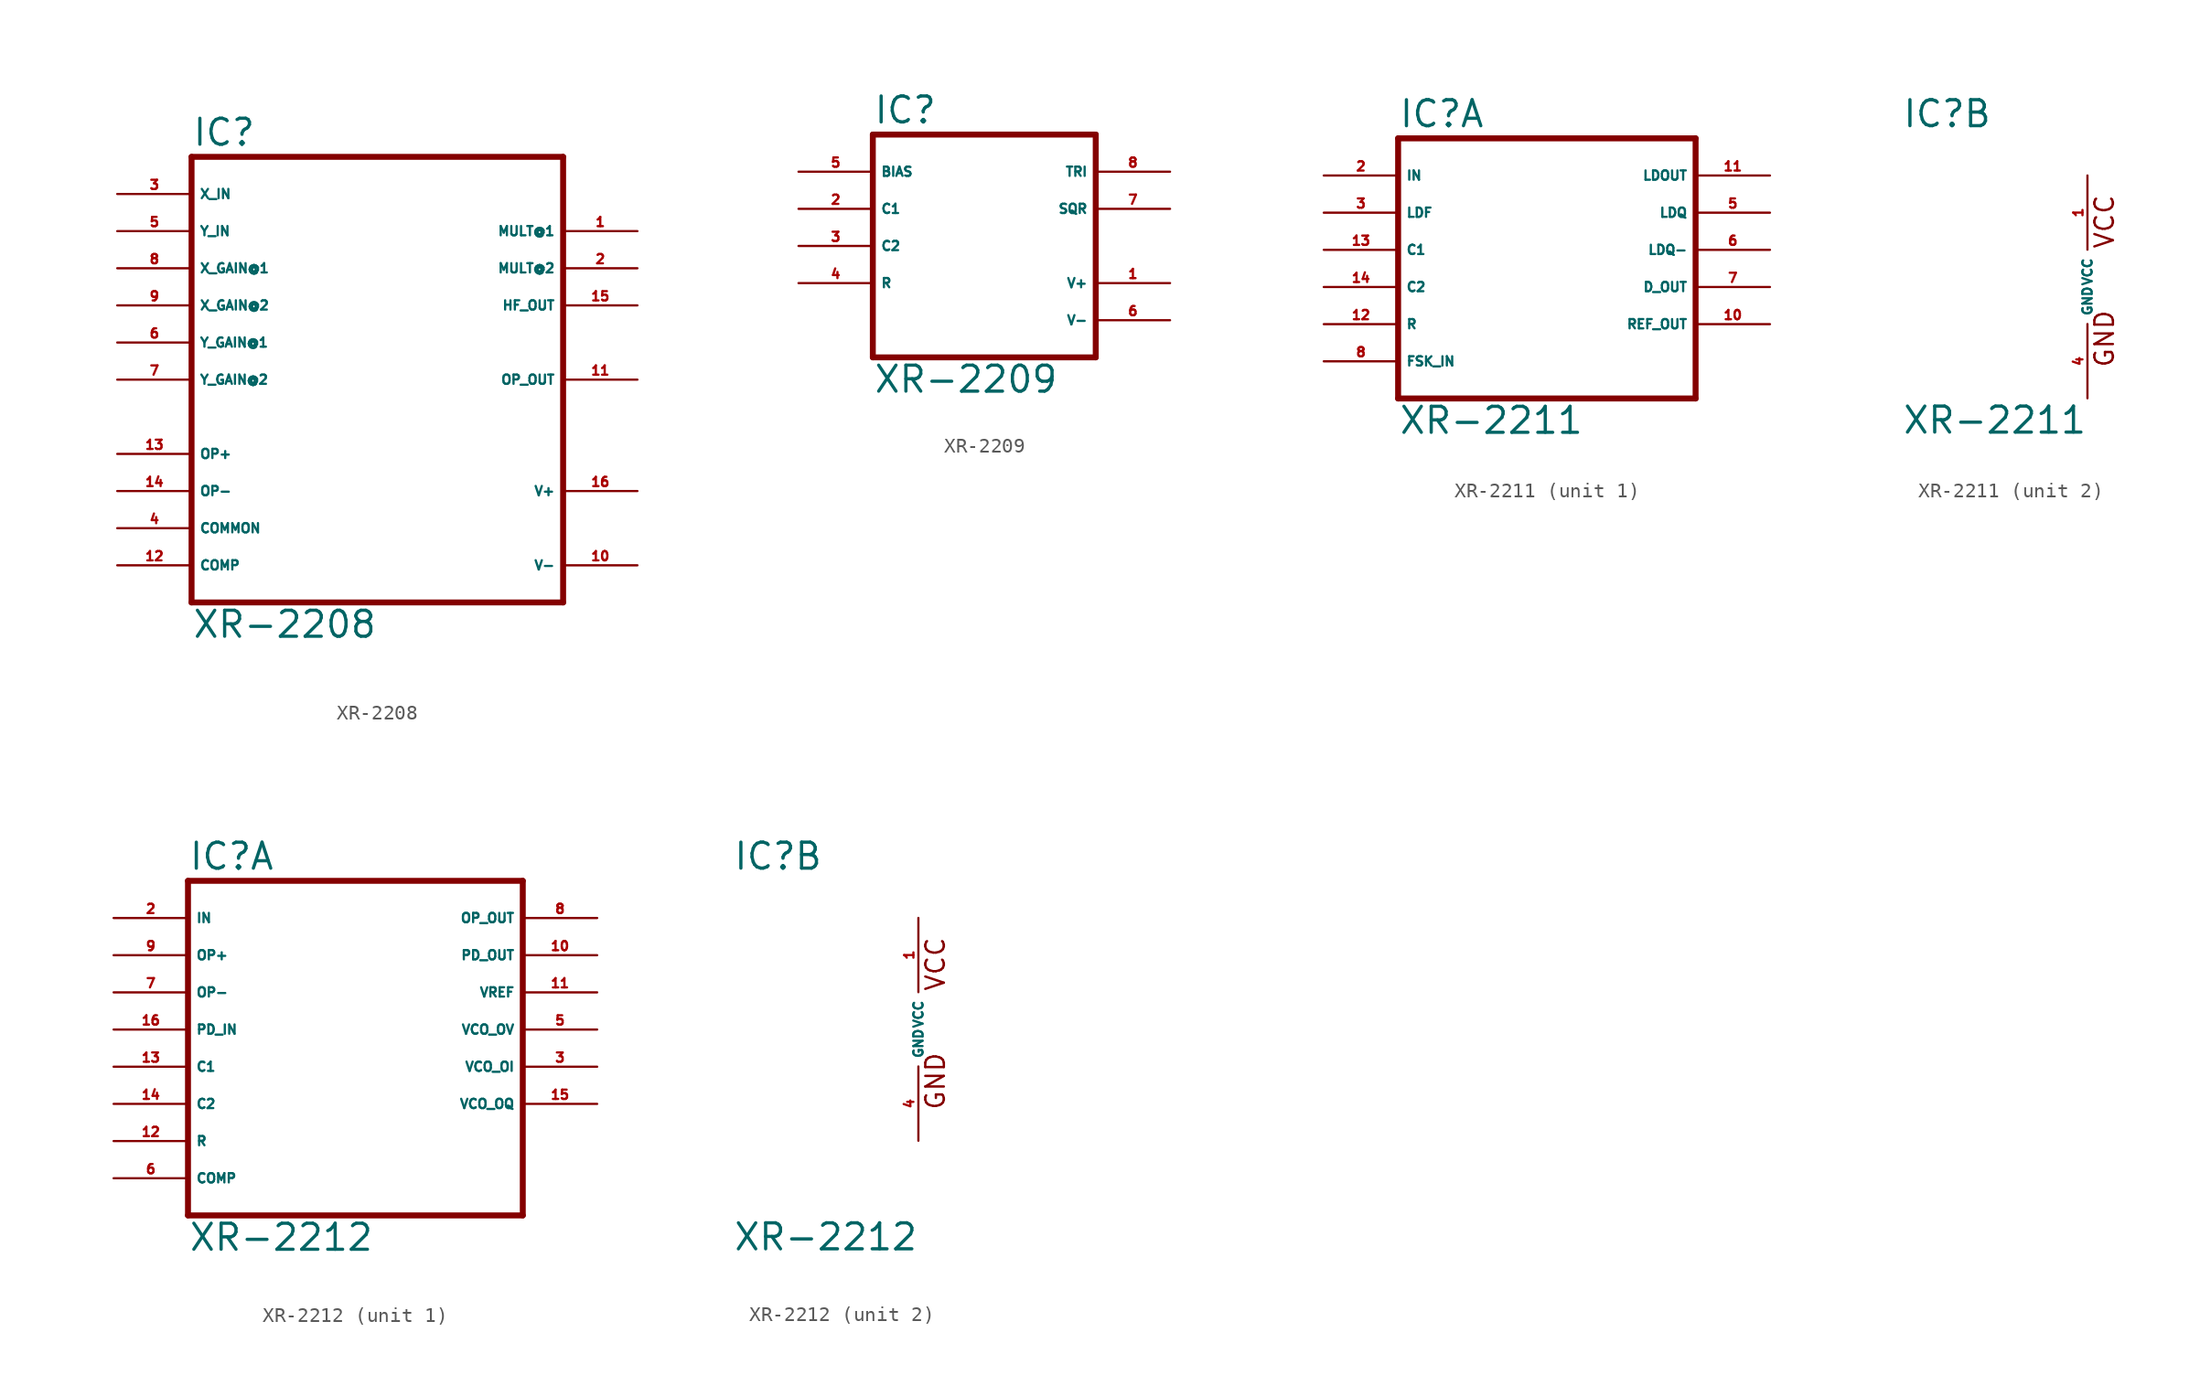
<source format=kicad_sym>
(kicad_symbol_lib
  (version 20220914)
  (generator Eagle2Kicad)
  (symbol "XR-2208"
    (property "Reference" "IC"
      (at -12.7 15.875 0)
      (effects (font (size 1.778 1.778) (thickness 0.22)) (justify left bottom)))
    (property "Value" "XR-2208"
      (at -12.7 -17.78 0)
      (effects (font (size 1.778 1.778) (thickness 0.22)) (justify left bottom)))
    (polyline
      (pts (xy -12.7 15.24) (xy -12.7 -15.24))
      (stroke (width 0.406) (type default))
      (fill (type none)))
    (polyline
      (pts (xy -12.7 -15.24) (xy 12.7 -15.24))
      (stroke (width 0.406) (type default))
      (fill (type none)))
    (polyline
      (pts (xy 12.7 -15.24) (xy 12.7 15.24))
      (stroke (width 0.406) (type default))
      (fill (type none)))
    (polyline
      (pts (xy 12.7 15.24) (xy -12.7 15.24))
      (stroke (width 0.406) (type default))
      (fill (type none)))
    (pin input line
      (at -17.78 12.7 0)
      (length 5.08)
      (name "X_IN" (effects (font (size 0.635 0.635) (thickness 0.08)) (justify left bottom)))
      (number "3" (effects (font (size 0.635 0.635) (thickness 0.08)) (justify left bottom))))
    (pin input line
      (at -17.78 10.16 0)
      (length 5.08)
      (name "Y_IN" (effects (font (size 0.635 0.635) (thickness 0.08)) (justify left bottom)))
      (number "5" (effects (font (size 0.635 0.635) (thickness 0.08)) (justify left bottom))))
    (pin input line
      (at -17.78 7.62 0)
      (length 5.08)
      (name "X_GAIN@1" (effects (font (size 0.635 0.635) (thickness 0.08)) (justify left bottom)))
      (number "8" (effects (font (size 0.635 0.635) (thickness 0.08)) (justify left bottom))))
    (pin input line
      (at -17.78 5.08 0)
      (length 5.08)
      (name "X_GAIN@2" (effects (font (size 0.635 0.635) (thickness 0.08)) (justify left bottom)))
      (number "9" (effects (font (size 0.635 0.635) (thickness 0.08)) (justify left bottom))))
    (pin input line
      (at -17.78 2.54 0)
      (length 5.08)
      (name "Y_GAIN@1" (effects (font (size 0.635 0.635) (thickness 0.08)) (justify left bottom)))
      (number "6" (effects (font (size 0.635 0.635) (thickness 0.08)) (justify left bottom))))
    (pin input line
      (at -17.78 -10.16 0)
      (length 5.08)
      (name "COMMON" (effects (font (size 0.635 0.635) (thickness 0.08)) (justify left bottom)))
      (number "4" (effects (font (size 0.635 0.635) (thickness 0.08)) (justify left bottom))))
    (pin output line
      (at 17.78 10.16 180)
      (length 5.08)
      (name "MULT@1" (effects (font (size 0.635 0.635) (thickness 0.08)) (justify left bottom)))
      (number "1" (effects (font (size 0.635 0.635) (thickness 0.08)) (justify left bottom))))
    (pin output line
      (at 17.78 7.62 180)
      (length 5.08)
      (name "MULT@2" (effects (font (size 0.635 0.635) (thickness 0.08)) (justify left bottom)))
      (number "2" (effects (font (size 0.635 0.635) (thickness 0.08)) (justify left bottom))))
    (pin output line
      (at 17.78 5.08 180)
      (length 5.08)
      (name "HF_OUT" (effects (font (size 0.635 0.635) (thickness 0.08)) (justify left bottom)))
      (number "15" (effects (font (size 0.635 0.635) (thickness 0.08)) (justify left bottom))))
    (pin input line
      (at -17.78 -7.62 0)
      (length 5.08)
      (name "OP-" (effects (font (size 0.635 0.635) (thickness 0.08)) (justify left bottom)))
      (number "14" (effects (font (size 0.635 0.635) (thickness 0.08)) (justify left bottom))))
    (pin input line
      (at -17.78 -5.08 0)
      (length 5.08)
      (name "OP+" (effects (font (size 0.635 0.635) (thickness 0.08)) (justify left bottom)))
      (number "13" (effects (font (size 0.635 0.635) (thickness 0.08)) (justify left bottom))))
    (pin input line
      (at -17.78 -12.7 0)
      (length 5.08)
      (name "COMP" (effects (font (size 0.635 0.635) (thickness 0.08)) (justify left bottom)))
      (number "12" (effects (font (size 0.635 0.635) (thickness 0.08)) (justify left bottom))))
    (pin output line
      (at 17.78 0 180)
      (length 5.08)
      (name "OP_OUT" (effects (font (size 0.635 0.635) (thickness 0.08)) (justify left bottom)))
      (number "11" (effects (font (size 0.635 0.635) (thickness 0.08)) (justify left bottom))))
    (pin input line
      (at -17.78 0 0)
      (length 5.08)
      (name "Y_GAIN@2" (effects (font (size 0.635 0.635) (thickness 0.08)) (justify left bottom)))
      (number "7" (effects (font (size 0.635 0.635) (thickness 0.08)) (justify left bottom))))
    (pin unspecified line
      (at 17.78 -12.7 180)
      (length 5.08)
      (name "V-" (effects (font (size 0.635 0.635) (thickness 0.08)) (justify left bottom)))
      (number "10" (effects (font (size 0.635 0.635) (thickness 0.08)) (justify left bottom))))
    (pin unspecified line
      (at 17.78 -7.62 180)
      (length 5.08)
      (name "V+" (effects (font (size 0.635 0.635) (thickness 0.08)) (justify left bottom)))
      (number "16" (effects (font (size 0.635 0.635) (thickness 0.08)) (justify left bottom)))))
  (symbol "XR-2209"
    (property "Reference" "IC"
      (at -7.62 5.715 0)
      (effects (font (size 1.778 1.778) (thickness 0.22)) (justify left bottom)))
    (property "Value" "XR-2209"
      (at -7.62 -12.7 0)
      (effects (font (size 1.778 1.778) (thickness 0.22)) (justify left bottom)))
    (polyline
      (pts (xy -7.62 5.08) (xy -7.62 -10.16))
      (stroke (width 0.406) (type default))
      (fill (type none)))
    (polyline
      (pts (xy -7.62 -10.16) (xy 7.62 -10.16))
      (stroke (width 0.406) (type default))
      (fill (type none)))
    (polyline
      (pts (xy 7.62 -10.16) (xy 7.62 5.08))
      (stroke (width 0.406) (type default))
      (fill (type none)))
    (polyline
      (pts (xy 7.62 5.08) (xy -7.62 5.08))
      (stroke (width 0.406) (type default))
      (fill (type none)))
    (pin input line
      (at -12.7 0 0)
      (length 5.08)
      (name "C1" (effects (font (size 0.635 0.635) (thickness 0.08)) (justify left bottom)))
      (number "2" (effects (font (size 0.635 0.635) (thickness 0.08)) (justify left bottom))))
    (pin input line
      (at -12.7 -2.54 0)
      (length 5.08)
      (name "C2" (effects (font (size 0.635 0.635) (thickness 0.08)) (justify left bottom)))
      (number "3" (effects (font (size 0.635 0.635) (thickness 0.08)) (justify left bottom))))
    (pin input line
      (at -12.7 -5.08 0)
      (length 5.08)
      (name "R" (effects (font (size 0.635 0.635) (thickness 0.08)) (justify left bottom)))
      (number "4" (effects (font (size 0.635 0.635) (thickness 0.08)) (justify left bottom))))
    (pin output line
      (at 12.7 2.54 180)
      (length 5.08)
      (name "TRI" (effects (font (size 0.635 0.635) (thickness 0.08)) (justify left bottom)))
      (number "8" (effects (font (size 0.635 0.635) (thickness 0.08)) (justify left bottom))))
    (pin output line
      (at 12.7 0 180)
      (length 5.08)
      (name "SQR" (effects (font (size 0.635 0.635) (thickness 0.08)) (justify left bottom)))
      (number "7" (effects (font (size 0.635 0.635) (thickness 0.08)) (justify left bottom))))
    (pin input line
      (at -12.7 2.54 0)
      (length 5.08)
      (name "BIAS" (effects (font (size 0.635 0.635) (thickness 0.08)) (justify left bottom)))
      (number "5" (effects (font (size 0.635 0.635) (thickness 0.08)) (justify left bottom))))
    (pin unspecified line
      (at 12.7 -5.08 180)
      (length 5.08)
      (name "V+" (effects (font (size 0.635 0.635) (thickness 0.08)) (justify left bottom)))
      (number "1" (effects (font (size 0.635 0.635) (thickness 0.08)) (justify left bottom))))
    (pin unspecified line
      (at 12.7 -7.62 180)
      (length 5.08)
      (name "V-" (effects (font (size 0.635 0.635) (thickness 0.08)) (justify left bottom)))
      (number "6" (effects (font (size 0.635 0.635) (thickness 0.08)) (justify left bottom)))))
  (symbol "XR-2211"
    (property "Reference" "IC"
      (at -12.7 10.795 0)
      (effects (font (size 1.778 1.778) (thickness 0.22)) (justify left bottom)))
    (property "Value" "XR-2211"
      (at -12.7 -10.16 0)
      (effects (font (size 1.778 1.778) (thickness 0.22)) (justify left bottom)))
    (symbol "XR-2211_1_0"
      (polyline (pts (xy -12.7 10.16) (xy -12.7 -7.62)) (stroke (width 0.406) (type default)) (fill (type none)))
      (polyline (pts (xy -12.7 -7.62) (xy 7.62 -7.62)) (stroke (width 0.406) (type default)) (fill (type none)))
      (polyline (pts (xy 7.62 -7.62) (xy 7.62 10.16)) (stroke (width 0.406) (type default)) (fill (type none)))
      (polyline (pts (xy 7.62 10.16) (xy -12.7 10.16)) (stroke (width 0.406) (type default)) (fill (type none)))
      (pin input line (at -17.78 7.62 0) (length 5.08) (name "IN" (effects (font (size 0.635 0.635) (thickness 0.08)) (justify left bottom))) (number "2" (effects (font (size 0.635 0.635) (thickness 0.08)) (justify left bottom))))
      (pin input line (at -17.78 5.08 0) (length 5.08) (name "LDF" (effects (font (size 0.635 0.635) (thickness 0.08)) (justify left bottom))) (number "3" (effects (font (size 0.635 0.635) (thickness 0.08)) (justify left bottom))))
      (pin input line (at -17.78 2.54 0) (length 5.08) (name "C1" (effects (font (size 0.635 0.635) (thickness 0.08)) (justify left bottom))) (number "13" (effects (font (size 0.635 0.635) (thickness 0.08)) (justify left bottom))))
      (pin input line (at -17.78 0 0) (length 5.08) (name "C2" (effects (font (size 0.635 0.635) (thickness 0.08)) (justify left bottom))) (number "14" (effects (font (size 0.635 0.635) (thickness 0.08)) (justify left bottom))))
      (pin input line (at -17.78 -2.54 0) (length 5.08) (name "R" (effects (font (size 0.635 0.635) (thickness 0.08)) (justify left bottom))) (number "12" (effects (font (size 0.635 0.635) (thickness 0.08)) (justify left bottom))))
      (pin output line (at 12.7 7.62 180) (length 5.08) (name "LDOUT" (effects (font (size 0.635 0.635) (thickness 0.08)) (justify left bottom))) (number "11" (effects (font (size 0.635 0.635) (thickness 0.08)) (justify left bottom))))
      (pin output line (at 12.7 5.08 180) (length 5.08) (name "LDQ" (effects (font (size 0.635 0.635) (thickness 0.08)) (justify left bottom))) (number "5" (effects (font (size 0.635 0.635) (thickness 0.08)) (justify left bottom))))
      (pin output line (at 12.7 2.54 180) (length 5.08) (name "LDQ-" (effects (font (size 0.635 0.635) (thickness 0.08)) (justify left bottom))) (number "6" (effects (font (size 0.635 0.635) (thickness 0.08)) (justify left bottom))))
      (pin output line (at 12.7 0 180) (length 5.08) (name "D_OUT" (effects (font (size 0.635 0.635) (thickness 0.08)) (justify left bottom))) (number "7" (effects (font (size 0.635 0.635) (thickness 0.08)) (justify left bottom))))
      (pin input line (at -17.78 -5.08 0) (length 5.08) (name "FSK_IN" (effects (font (size 0.635 0.635) (thickness 0.08)) (justify left bottom))) (number "8" (effects (font (size 0.635 0.635) (thickness 0.08)) (justify left bottom))))
      (pin output line (at 12.7 -2.54 180) (length 5.08) (name "REF_OUT" (effects (font (size 0.635 0.635) (thickness 0.08)) (justify left bottom))) (number "10" (effects (font (size 0.635 0.635) (thickness 0.08)) (justify left bottom)))))
    (symbol "XR-2211_2_0"
      (text "GND" (at 1.905 -5.588 900) (effects (font (size 1.27 1.27) (thickness 0.16)) (justify left bottom)))
      (text "VCC" (at 1.905 2.54 900) (effects (font (size 1.27 1.27) (thickness 0.16)) (justify left bottom)))
      (pin unspecified line (at 0 7.62 270) (length 5.08) (name "VCC" (effects (font (size 0.635 0.635) (thickness 0.08)) (justify left bottom))) (number "1" (effects (font (size 0.635 0.635) (thickness 0.08)) (justify left bottom))))
      (pin unspecified line (at 0 -7.62 90) (length 5.08) (name "GND" (effects (font (size 0.635 0.635) (thickness 0.08)) (justify left bottom))) (number "4" (effects (font (size 0.635 0.635) (thickness 0.08)) (justify left bottom))))))
  (symbol "XR-2212"
    (property "Reference" "IC"
      (at -12.7 10.795 0)
      (effects (font (size 1.778 1.778) (thickness 0.22)) (justify left bottom)))
    (property "Value" "XR-2212"
      (at -12.7 -15.24 0)
      (effects (font (size 1.778 1.778) (thickness 0.22)) (justify left bottom)))
    (symbol "XR-2212_1_0"
      (polyline (pts (xy -12.7 10.16) (xy -12.7 -12.7)) (stroke (width 0.406) (type default)) (fill (type none)))
      (polyline (pts (xy -12.7 -12.7) (xy 10.16 -12.7)) (stroke (width 0.406) (type default)) (fill (type none)))
      (polyline (pts (xy 10.16 -12.7) (xy 10.16 10.16)) (stroke (width 0.406) (type default)) (fill (type none)))
      (polyline (pts (xy 10.16 10.16) (xy -12.7 10.16)) (stroke (width 0.406) (type default)) (fill (type none)))
      (pin input line (at -17.78 7.62 0) (length 5.08) (name "IN" (effects (font (size 0.635 0.635) (thickness 0.08)) (justify left bottom))) (number "2" (effects (font (size 0.635 0.635) (thickness 0.08)) (justify left bottom))))
      (pin input line (at -17.78 0 0) (length 5.08) (name "PD_IN" (effects (font (size 0.635 0.635) (thickness 0.08)) (justify left bottom))) (number "16" (effects (font (size 0.635 0.635) (thickness 0.08)) (justify left bottom))))
      (pin input line (at -17.78 -2.54 0) (length 5.08) (name "C1" (effects (font (size 0.635 0.635) (thickness 0.08)) (justify left bottom))) (number "13" (effects (font (size 0.635 0.635) (thickness 0.08)) (justify left bottom))))
      (pin input line (at -17.78 -5.08 0) (length 5.08) (name "C2" (effects (font (size 0.635 0.635) (thickness 0.08)) (justify left bottom))) (number "14" (effects (font (size 0.635 0.635) (thickness 0.08)) (justify left bottom))))
      (pin input line (at -17.78 -7.62 0) (length 5.08) (name "R" (effects (font (size 0.635 0.635) (thickness 0.08)) (justify left bottom))) (number "12" (effects (font (size 0.635 0.635) (thickness 0.08)) (justify left bottom))))
      (pin input line (at -17.78 5.08 0) (length 5.08) (name "OP+" (effects (font (size 0.635 0.635) (thickness 0.08)) (justify left bottom))) (number "9" (effects (font (size 0.635 0.635) (thickness 0.08)) (justify left bottom))))
      (pin input line (at -17.78 2.54 0) (length 5.08) (name "OP-" (effects (font (size 0.635 0.635) (thickness 0.08)) (justify left bottom))) (number "7" (effects (font (size 0.635 0.635) (thickness 0.08)) (justify left bottom))))
      (pin output line (at 15.24 7.62 180) (length 5.08) (name "OP_OUT" (effects (font (size 0.635 0.635) (thickness 0.08)) (justify left bottom))) (number "8" (effects (font (size 0.635 0.635) (thickness 0.08)) (justify left bottom))))
      (pin output line (at 15.24 5.08 180) (length 5.08) (name "PD_OUT" (effects (font (size 0.635 0.635) (thickness 0.08)) (justify left bottom))) (number "10" (effects (font (size 0.635 0.635) (thickness 0.08)) (justify left bottom))))
      (pin output line (at 15.24 2.54 180) (length 5.08) (name "VREF" (effects (font (size 0.635 0.635) (thickness 0.08)) (justify left bottom))) (number "11" (effects (font (size 0.635 0.635) (thickness 0.08)) (justify left bottom))))
      (pin output line (at 15.24 0 180) (length 5.08) (name "VCO_OV" (effects (font (size 0.635 0.635) (thickness 0.08)) (justify left bottom))) (number "5" (effects (font (size 0.635 0.635) (thickness 0.08)) (justify left bottom))))
      (pin output line (at 15.24 -2.54 180) (length 5.08) (name "VCO_OI" (effects (font (size 0.635 0.635) (thickness 0.08)) (justify left bottom))) (number "3" (effects (font (size 0.635 0.635) (thickness 0.08)) (justify left bottom))))
      (pin output line (at 15.24 -5.08 180) (length 5.08) (name "VCO_OQ" (effects (font (size 0.635 0.635) (thickness 0.08)) (justify left bottom))) (number "15" (effects (font (size 0.635 0.635) (thickness 0.08)) (justify left bottom))))
      (pin input line (at -17.78 -10.16 0) (length 5.08) (name "COMP" (effects (font (size 0.635 0.635) (thickness 0.08)) (justify left bottom))) (number "6" (effects (font (size 0.635 0.635) (thickness 0.08)) (justify left bottom)))))
    (symbol "XR-2212_2_0"
      (text "GND" (at 1.905 -5.588 900) (effects (font (size 1.27 1.27) (thickness 0.16)) (justify left bottom)))
      (text "VCC" (at 1.905 2.54 900) (effects (font (size 1.27 1.27) (thickness 0.16)) (justify left bottom)))
      (pin unspecified line (at 0 7.62 270) (length 5.08) (name "VCC" (effects (font (size 0.635 0.635) (thickness 0.08)) (justify left bottom))) (number "1" (effects (font (size 0.635 0.635) (thickness 0.08)) (justify left bottom))))
      (pin unspecified line (at 0 -7.62 90) (length 5.08) (name "GND" (effects (font (size 0.635 0.635) (thickness 0.08)) (justify left bottom))) (number "4" (effects (font (size 0.635 0.635) (thickness 0.08)) (justify left bottom)))))))
</source>
